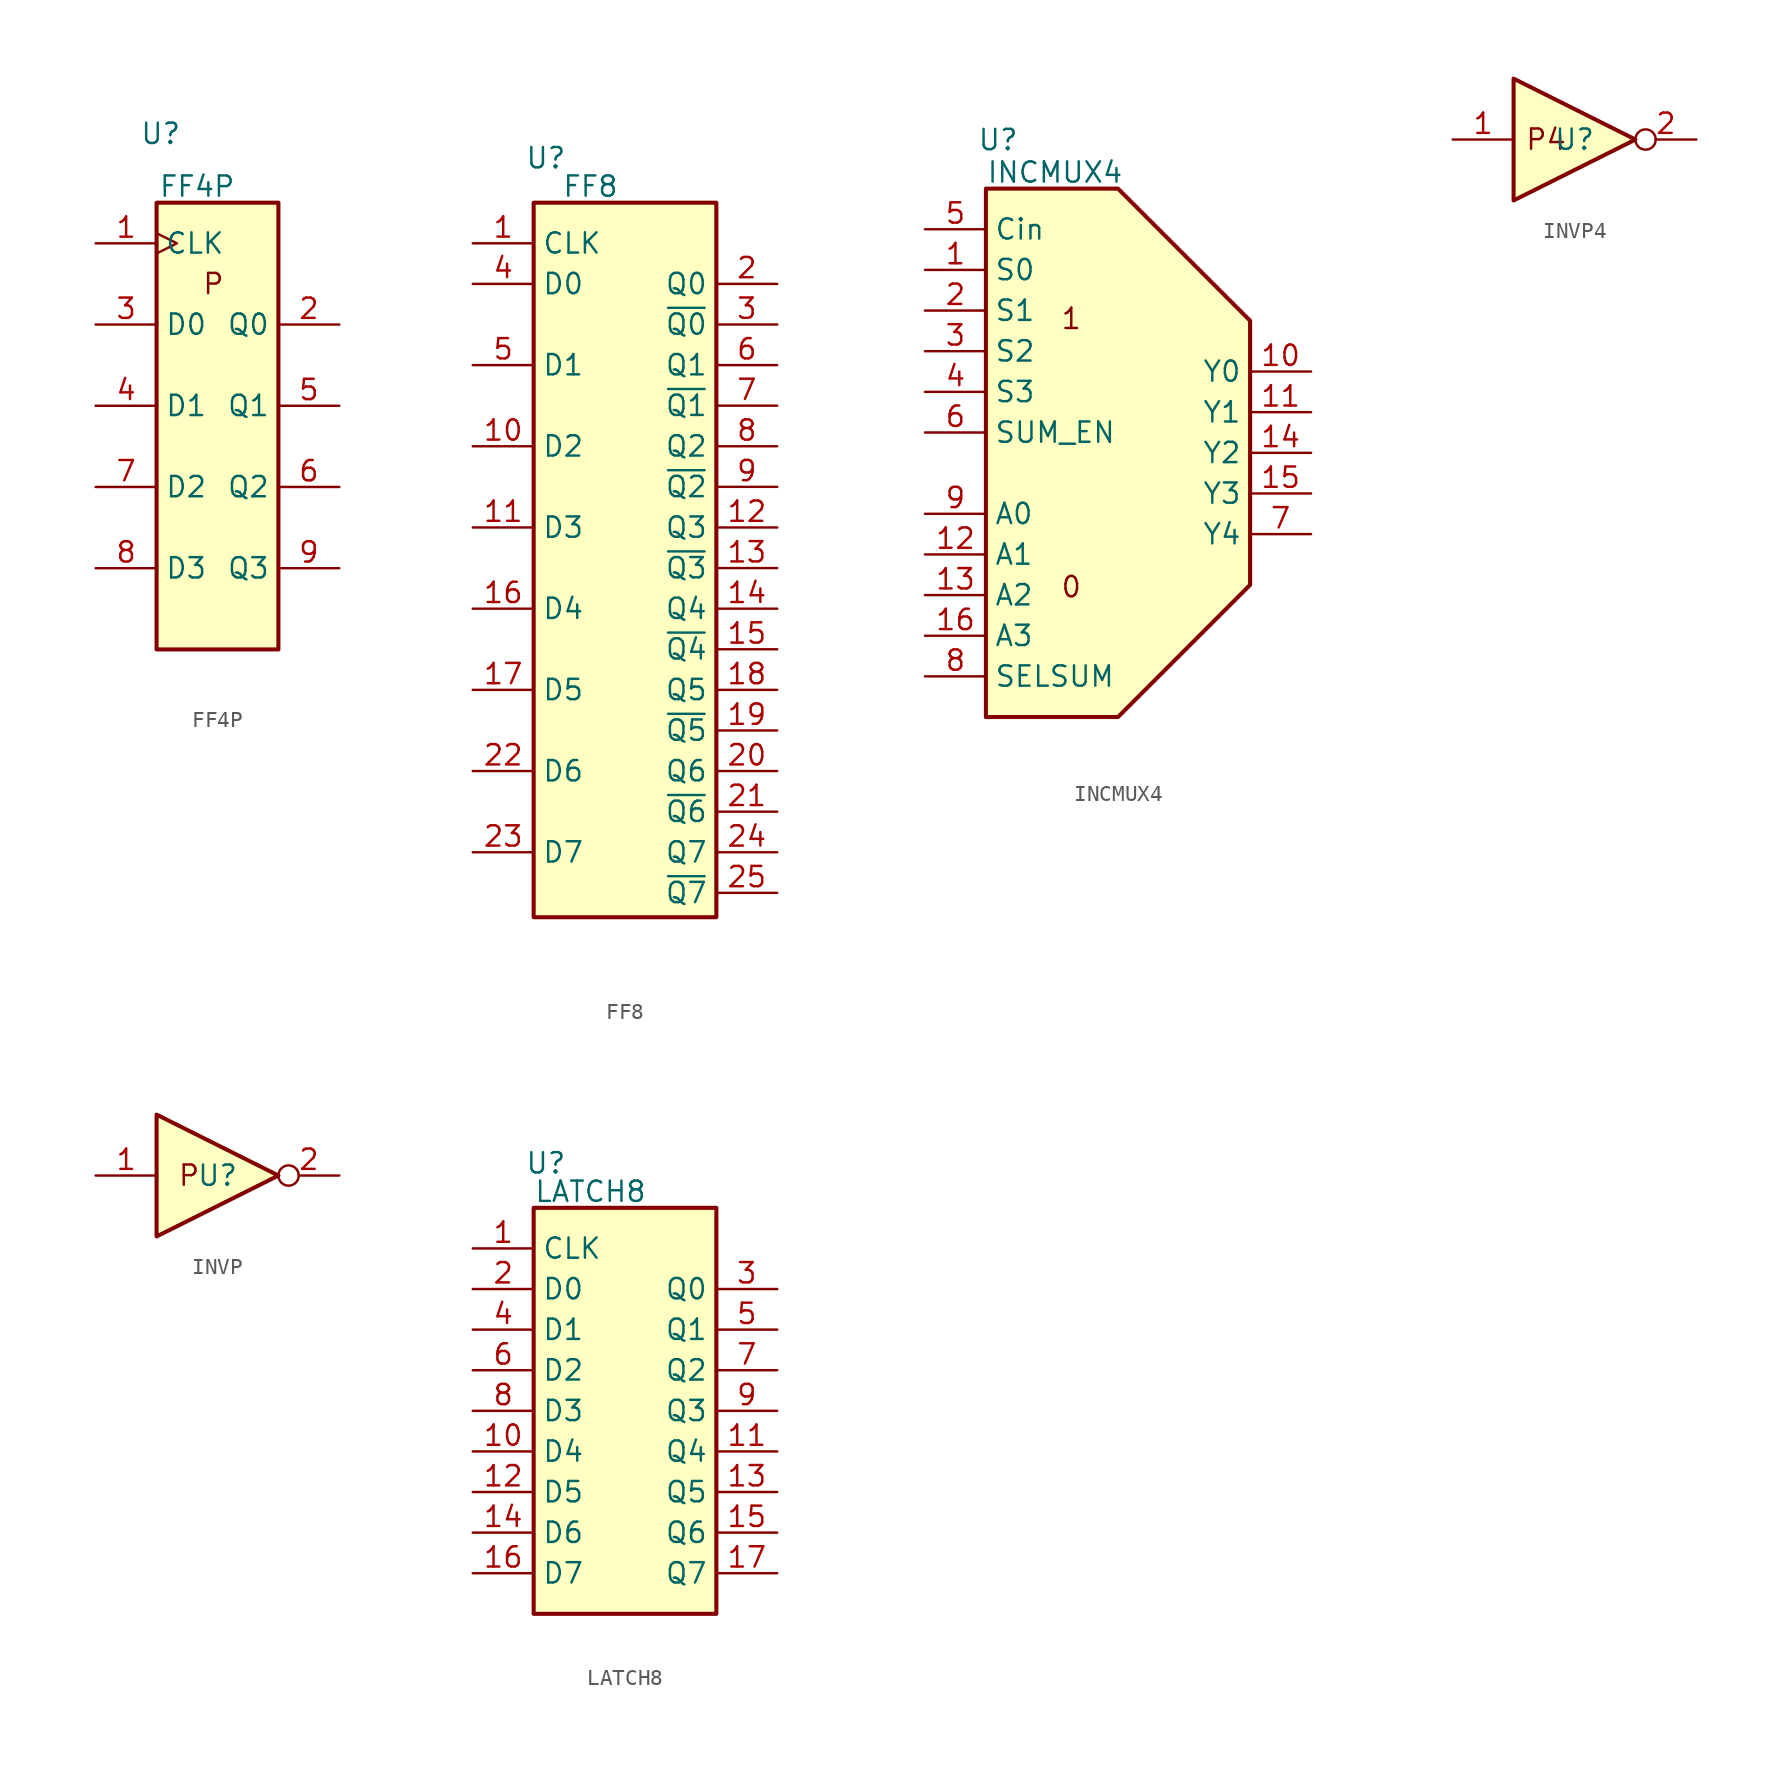
<source format=kicad_sym>
(kicad_symbol_lib
  (version 20231120)
  (generator "kicad_symbol_editor")
  (generator_version "8.0")
  (symbol "FF4P"
    (property "Reference" "U"
      (at 0.254 4.318 0)
      (effects (font (size 1.27 1.27))))
    (property "Value" "FF4P"
      (at 2.54 1.016 0)
      (effects (font (size 1.27 1.27))))
    (symbol "FF4P_1_1"
      (rectangle (start 0 0) (end 7.62 -27.94) (stroke (width 0.254) (type default)) (fill (type background)))
      (text "P" (at 3.556 -5.08 0) (effects (font (size 1.27 1.27))))
      (pin input clock (at -3.81 -2.54 0) (length 3.81) (name "CLK" (effects (font (size 1.27 1.27)))) (number "1" (effects (font (size 1.27 1.27)))))
      (pin output line (at 11.43 -7.62 180) (length 3.81) (name "Q0" (effects (font (size 1.27 1.27)))) (number "2" (effects (font (size 1.27 1.27)))))
      (pin input line (at -3.81 -7.62 0) (length 3.81) (name "D0" (effects (font (size 1.27 1.27)))) (number "3" (effects (font (size 1.27 1.27)))))
      (pin input line (at -3.81 -12.7 0) (length 3.81) (name "D1" (effects (font (size 1.27 1.27)))) (number "4" (effects (font (size 1.27 1.27)))))
      (pin output line (at 11.43 -12.7 180) (length 3.81) (name "Q1" (effects (font (size 1.27 1.27)))) (number "5" (effects (font (size 1.27 1.27)))))
      (pin output line (at 11.43 -17.78 180) (length 3.81) (name "Q2" (effects (font (size 1.27 1.27)))) (number "6" (effects (font (size 1.27 1.27)))))
      (pin input line (at -3.81 -17.78 0) (length 3.81) (name "D2" (effects (font (size 1.27 1.27)))) (number "7" (effects (font (size 1.27 1.27)))))
      (pin input line (at -3.81 -22.86 0) (length 3.81) (name "D3" (effects (font (size 1.27 1.27)))) (number "8" (effects (font (size 1.27 1.27)))))
      (pin output line (at 11.43 -22.86 180) (length 3.81) (name "Q3" (effects (font (size 1.27 1.27)))) (number "9" (effects (font (size 1.27 1.27)))))))
  (symbol "FF8"
    (property "Reference" "U"
      (at 0.762 2.794 0)
      (effects (font (size 1.27 1.27))))
    (property "Value" "FF8"
      (at 3.556 1.016 0)
      (effects (font (size 1.27 1.27))))
    (symbol "FF8_1_0"
      (pin input line (at -3.81 -2.54 0) (length 3.81) (name "CLK" (effects (font (size 1.27 1.27)))) (number "1" (effects (font (size 1.27 1.27)))))
      (pin input line (at -3.81 -15.24 0) (length 3.81) (name "D2" (effects (font (size 1.27 1.27)))) (number "10" (effects (font (size 1.27 1.27)))))
      (pin input line (at -3.81 -20.32 0) (length 3.81) (name "D3" (effects (font (size 1.27 1.27)))) (number "11" (effects (font (size 1.27 1.27)))))
      (pin output line (at 15.24 -20.32 180) (length 3.81) (name "Q3" (effects (font (size 1.27 1.27)))) (number "12" (effects (font (size 1.27 1.27)))))
      (pin output line (at 15.24 -22.86 180) (length 3.81) (name "~{Q3}" (effects (font (size 1.27 1.27)))) (number "13" (effects (font (size 1.27 1.27)))))
      (pin output line (at 15.24 -25.4 180) (length 3.81) (name "Q4" (effects (font (size 1.27 1.27)))) (number "14" (effects (font (size 1.27 1.27)))))
      (pin output line (at 15.24 -27.94 180) (length 3.81) (name "~{Q4}" (effects (font (size 1.27 1.27)))) (number "15" (effects (font (size 1.27 1.27)))))
      (pin input line (at -3.81 -25.4 0) (length 3.81) (name "D4" (effects (font (size 1.27 1.27)))) (number "16" (effects (font (size 1.27 1.27)))))
      (pin input line (at -3.81 -30.48 0) (length 3.81) (name "D5" (effects (font (size 1.27 1.27)))) (number "17" (effects (font (size 1.27 1.27)))))
      (pin output line (at 15.24 -30.48 180) (length 3.81) (name "Q5" (effects (font (size 1.27 1.27)))) (number "18" (effects (font (size 1.27 1.27)))))
      (pin output line (at 15.24 -33.02 180) (length 3.81) (name "~{Q5}" (effects (font (size 1.27 1.27)))) (number "19" (effects (font (size 1.27 1.27)))))
      (pin output line (at 15.24 -5.08 180) (length 3.81) (name "Q0" (effects (font (size 1.27 1.27)))) (number "2" (effects (font (size 1.27 1.27)))))
      (pin output line (at 15.24 -35.56 180) (length 3.81) (name "Q6" (effects (font (size 1.27 1.27)))) (number "20" (effects (font (size 1.27 1.27)))))
      (pin output line (at 15.24 -38.1 180) (length 3.81) (name "~{Q6}" (effects (font (size 1.27 1.27)))) (number "21" (effects (font (size 1.27 1.27)))))
      (pin input line (at -3.81 -35.56 0) (length 3.81) (name "D6" (effects (font (size 1.27 1.27)))) (number "22" (effects (font (size 1.27 1.27)))))
      (pin input line (at -3.81 -40.64 0) (length 3.81) (name "D7" (effects (font (size 1.27 1.27)))) (number "23" (effects (font (size 1.27 1.27)))))
      (pin output line (at 15.24 -40.64 180) (length 3.81) (name "Q7" (effects (font (size 1.27 1.27)))) (number "24" (effects (font (size 1.27 1.27)))))
      (pin output line (at 15.24 -43.18 180) (length 3.81) (name "~{Q7}" (effects (font (size 1.27 1.27)))) (number "25" (effects (font (size 1.27 1.27)))))
      (pin output line (at 15.24 -7.62 180) (length 3.81) (name "~{Q0}" (effects (font (size 1.27 1.27)))) (number "3" (effects (font (size 1.27 1.27)))))
      (pin input line (at -3.81 -5.08 0) (length 3.81) (name "D0" (effects (font (size 1.27 1.27)))) (number "4" (effects (font (size 1.27 1.27)))))
      (pin input line (at -3.81 -10.16 0) (length 3.81) (name "D1" (effects (font (size 1.27 1.27)))) (number "5" (effects (font (size 1.27 1.27)))))
      (pin output line (at 15.24 -10.16 180) (length 3.81) (name "Q1" (effects (font (size 1.27 1.27)))) (number "6" (effects (font (size 1.27 1.27)))))
      (pin output line (at 15.24 -12.7 180) (length 3.81) (name "~{Q1}" (effects (font (size 1.27 1.27)))) (number "7" (effects (font (size 1.27 1.27)))))
      (pin output line (at 15.24 -15.24 180) (length 3.81) (name "Q2" (effects (font (size 1.27 1.27)))) (number "8" (effects (font (size 1.27 1.27)))))
      (pin output line (at 15.24 -17.78 180) (length 3.81) (name "~{Q2}" (effects (font (size 1.27 1.27)))) (number "9" (effects (font (size 1.27 1.27))))))
    (symbol "FF8_1_1"
      (rectangle (start 0 0) (end 11.43 -44.704) (stroke (width 0.254) (type default)) (fill (type background)))))
  (symbol "INCMUX4"
    (property "Reference" "U"
      (at 0.762 3.048 0)
      (effects (font (size 1.27 1.27))))
    (property "Value" "INCMUX4"
      (at 4.318 1.016 0)
      (effects (font (size 1.27 1.27))))
    (symbol "INCMUX4_1_1"
      (polyline (pts (xy 0 0) (xy 0 -33.02) (xy 8.255 -33.02) (xy 16.51 -24.765) (xy 16.51 -8.255) (xy 8.255 0) (xy 3.81 0) (xy 0 0)) (stroke (width 0.254) (type default)) (fill (type background)))
      (text "0" (at 5.334 -24.892 0) (effects (font (size 1.27 1.27))))
      (text "1" (at 5.334 -8.128 0) (effects (font (size 1.27 1.27))))
      (pin input line (at -3.81 -5.08 0) (length 3.81) (name "S0" (effects (font (size 1.27 1.27)))) (number "1" (effects (font (size 1.27 1.27)))))
      (pin output line (at 20.32 -11.43 180) (length 3.81) (name "Y0" (effects (font (size 1.27 1.27)))) (number "10" (effects (font (size 1.27 1.27)))))
      (pin output line (at 20.32 -13.97 180) (length 3.81) (name "Y1" (effects (font (size 1.27 1.27)))) (number "11" (effects (font (size 1.27 1.27)))))
      (pin input line (at -3.81 -22.86 0) (length 3.81) (name "A1" (effects (font (size 1.27 1.27)))) (number "12" (effects (font (size 1.27 1.27)))))
      (pin input line (at -3.81 -25.4 0) (length 3.81) (name "A2" (effects (font (size 1.27 1.27)))) (number "13" (effects (font (size 1.27 1.27)))))
      (pin output line (at 20.32 -16.51 180) (length 3.81) (name "Y2" (effects (font (size 1.27 1.27)))) (number "14" (effects (font (size 1.27 1.27)))))
      (pin output line (at 20.32 -19.05 180) (length 3.81) (name "Y3" (effects (font (size 1.27 1.27)))) (number "15" (effects (font (size 1.27 1.27)))))
      (pin input line (at -3.81 -27.94 0) (length 3.81) (name "A3" (effects (font (size 1.27 1.27)))) (number "16" (effects (font (size 1.27 1.27)))))
      (pin input line (at -3.81 -7.62 0) (length 3.81) (name "S1" (effects (font (size 1.27 1.27)))) (number "2" (effects (font (size 1.27 1.27)))))
      (pin input line (at -3.81 -10.16 0) (length 3.81) (name "S2" (effects (font (size 1.27 1.27)))) (number "3" (effects (font (size 1.27 1.27)))))
      (pin input line (at -3.81 -12.7 0) (length 3.81) (name "S3" (effects (font (size 1.27 1.27)))) (number "4" (effects (font (size 1.27 1.27)))))
      (pin input line (at -3.81 -2.54 0) (length 3.81) (name "Cin" (effects (font (size 1.27 1.27)))) (number "5" (effects (font (size 1.27 1.27)))))
      (pin input line (at -3.81 -15.24 0) (length 3.81) (name "SUM_EN" (effects (font (size 1.27 1.27)))) (number "6" (effects (font (size 1.27 1.27)))))
      (pin output line (at 20.32 -21.59 180) (length 3.81) (name "Y4" (effects (font (size 1.27 1.27)))) (number "7" (effects (font (size 1.27 1.27)))))
      (pin input line (at -3.81 -30.48 0) (length 3.81) (name "SELSUM" (effects (font (size 1.27 1.27)))) (number "8" (effects (font (size 1.27 1.27)))))
      (pin input line (at -3.81 -20.32 0) (length 3.81) (name "A0" (effects (font (size 1.27 1.27)))) (number "9" (effects (font (size 1.27 1.27)))))))
  (symbol "INVP4"
    (property "Reference" "U"
      (at 0 0 0)
      (effects (font (size 1.27 1.27))))
    (symbol "INVP4_1_0"
      (polyline (pts (xy -3.81 3.81) (xy -3.81 -3.81) (xy 3.81 0) (xy -3.81 3.81)) (stroke (width 0.254) (type default)) (fill (type background)))
      (pin input line (at -7.62 0 0) (length 3.81) (name "~" (effects (font (size 1.27 1.27)))) (number "1" (effects (font (size 1.27 1.27)))))
      (pin output inverted (at 7.62 0 180) (length 3.81) (name "~" (effects (font (size 1.27 1.27)))) (number "2" (effects (font (size 1.27 1.27))))))
    (symbol "INVP4_1_1"
      (text "P4" (at -1.778 0 0) (effects (font (size 1.27 1.27))))))
  (symbol "INVP"
    (property "Reference" "U"
      (at 0 0 0)
      (effects (font (size 1.27 1.27))))
    (symbol "INVP_1_0"
      (polyline (pts (xy -3.81 3.81) (xy -3.81 -3.81) (xy 3.81 0) (xy -3.81 3.81)) (stroke (width 0.254) (type default)) (fill (type background)))
      (pin input line (at -7.62 0 0) (length 3.81) (name "~" (effects (font (size 1.27 1.27)))) (number "1" (effects (font (size 1.27 1.27)))))
      (pin output inverted (at 7.62 0 180) (length 3.81) (name "~" (effects (font (size 1.27 1.27)))) (number "2" (effects (font (size 1.27 1.27))))))
    (symbol "INVP_1_1"
      (text "P" (at -1.778 0 0) (effects (font (size 1.27 1.27))))))
  (symbol "LATCH8"
    (property "Reference" "U"
      (at 0.762 2.794 0)
      (effects (font (size 1.27 1.27))))
    (property "Value" "LATCH8"
      (at 3.556 1.016 0)
      (effects (font (size 1.27 1.27))))
    (symbol "LATCH8_1_0"
      (pin input line (at -3.81 -2.54 0) (length 3.81) (name "CLK" (effects (font (size 1.27 1.27)))) (number "1" (effects (font (size 1.27 1.27)))))
      (pin input line (at -3.81 -15.24 0) (length 3.81) (name "D4" (effects (font (size 1.27 1.27)))) (number "10" (effects (font (size 1.27 1.27)))))
      (pin output line (at 15.24 -15.24 180) (length 3.81) (name "Q4" (effects (font (size 1.27 1.27)))) (number "11" (effects (font (size 1.27 1.27)))))
      (pin input line (at -3.81 -17.78 0) (length 3.81) (name "D5" (effects (font (size 1.27 1.27)))) (number "12" (effects (font (size 1.27 1.27)))))
      (pin output line (at 15.24 -17.78 180) (length 3.81) (name "Q5" (effects (font (size 1.27 1.27)))) (number "13" (effects (font (size 1.27 1.27)))))
      (pin input line (at -3.81 -20.32 0) (length 3.81) (name "D6" (effects (font (size 1.27 1.27)))) (number "14" (effects (font (size 1.27 1.27)))))
      (pin output line (at 15.24 -20.32 180) (length 3.81) (name "Q6" (effects (font (size 1.27 1.27)))) (number "15" (effects (font (size 1.27 1.27)))))
      (pin input line (at -3.81 -22.86 0) (length 3.81) (name "D7" (effects (font (size 1.27 1.27)))) (number "16" (effects (font (size 1.27 1.27)))))
      (pin output line (at 15.24 -22.86 180) (length 3.81) (name "Q7" (effects (font (size 1.27 1.27)))) (number "17" (effects (font (size 1.27 1.27)))))
      (pin input line (at -3.81 -5.08 0) (length 3.81) (name "D0" (effects (font (size 1.27 1.27)))) (number "2" (effects (font (size 1.27 1.27)))))
      (pin output line (at 15.24 -5.08 180) (length 3.81) (name "Q0" (effects (font (size 1.27 1.27)))) (number "3" (effects (font (size 1.27 1.27)))))
      (pin input line (at -3.81 -7.62 0) (length 3.81) (name "D1" (effects (font (size 1.27 1.27)))) (number "4" (effects (font (size 1.27 1.27)))))
      (pin output line (at 15.24 -7.62 180) (length 3.81) (name "Q1" (effects (font (size 1.27 1.27)))) (number "5" (effects (font (size 1.27 1.27)))))
      (pin input line (at -3.81 -10.16 0) (length 3.81) (name "D2" (effects (font (size 1.27 1.27)))) (number "6" (effects (font (size 1.27 1.27)))))
      (pin output line (at 15.24 -10.16 180) (length 3.81) (name "Q2" (effects (font (size 1.27 1.27)))) (number "7" (effects (font (size 1.27 1.27)))))
      (pin input line (at -3.81 -12.7 0) (length 3.81) (name "D3" (effects (font (size 1.27 1.27)))) (number "8" (effects (font (size 1.27 1.27)))))
      (pin output line (at 15.24 -12.7 180) (length 3.81) (name "Q3" (effects (font (size 1.27 1.27)))) (number "9" (effects (font (size 1.27 1.27))))))
    (symbol "LATCH8_1_1"
      (rectangle (start 0 0) (end 11.43 -25.4) (stroke (width 0.254) (type default)) (fill (type background))))))
</source>
